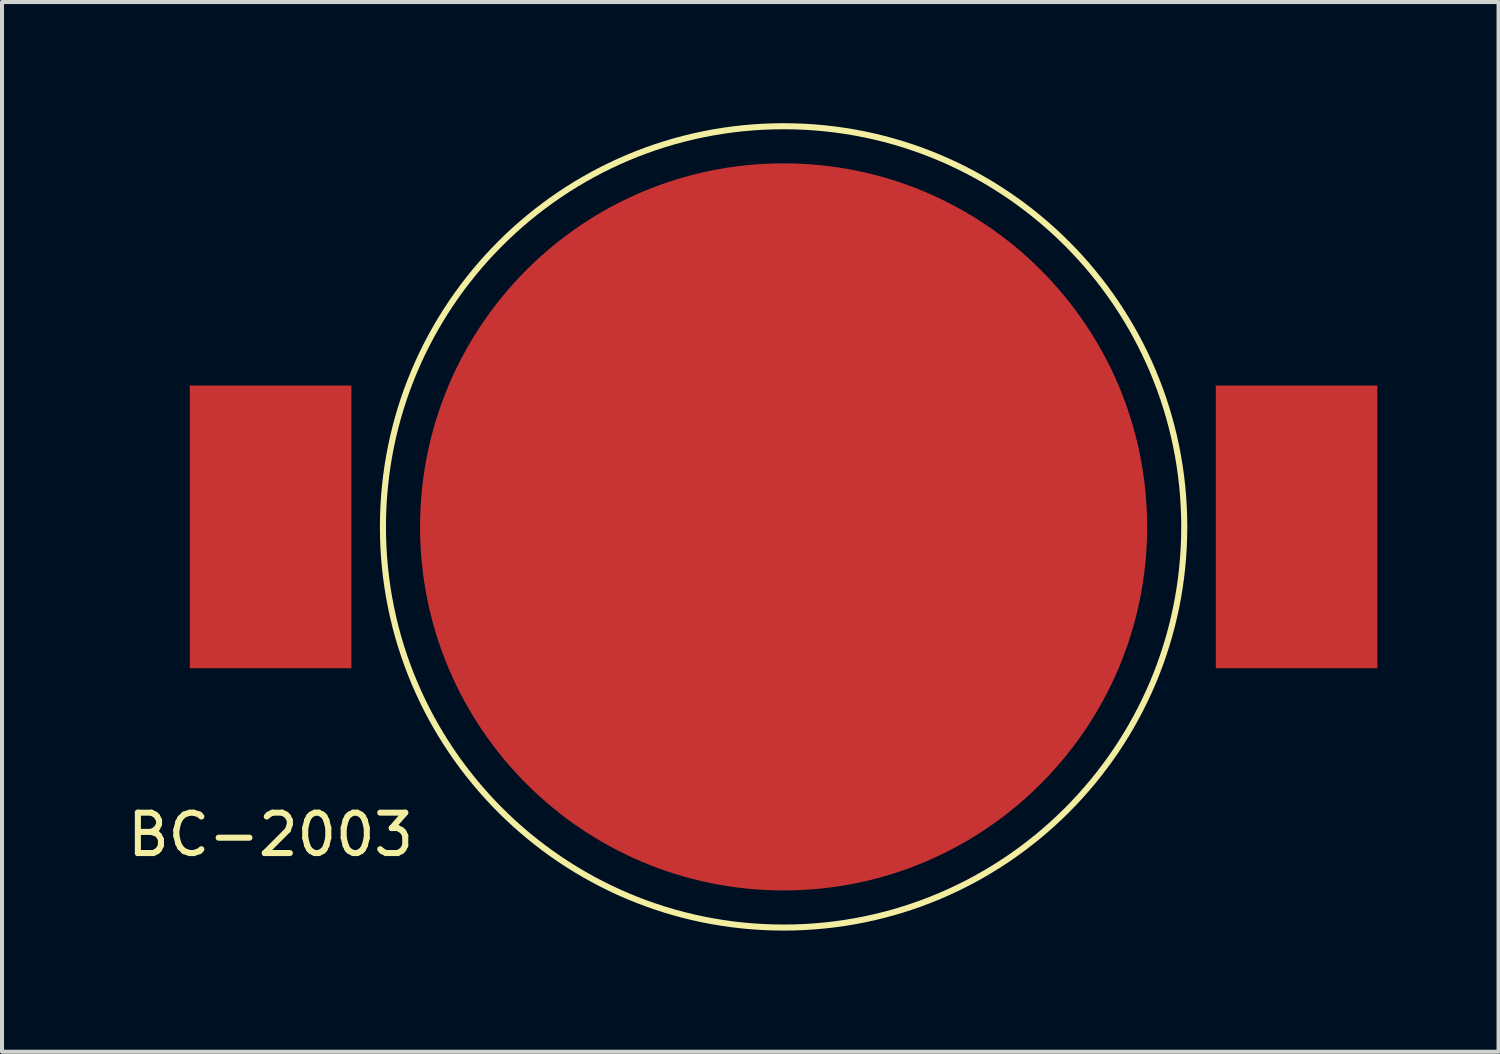
<source format=kicad_pcb>
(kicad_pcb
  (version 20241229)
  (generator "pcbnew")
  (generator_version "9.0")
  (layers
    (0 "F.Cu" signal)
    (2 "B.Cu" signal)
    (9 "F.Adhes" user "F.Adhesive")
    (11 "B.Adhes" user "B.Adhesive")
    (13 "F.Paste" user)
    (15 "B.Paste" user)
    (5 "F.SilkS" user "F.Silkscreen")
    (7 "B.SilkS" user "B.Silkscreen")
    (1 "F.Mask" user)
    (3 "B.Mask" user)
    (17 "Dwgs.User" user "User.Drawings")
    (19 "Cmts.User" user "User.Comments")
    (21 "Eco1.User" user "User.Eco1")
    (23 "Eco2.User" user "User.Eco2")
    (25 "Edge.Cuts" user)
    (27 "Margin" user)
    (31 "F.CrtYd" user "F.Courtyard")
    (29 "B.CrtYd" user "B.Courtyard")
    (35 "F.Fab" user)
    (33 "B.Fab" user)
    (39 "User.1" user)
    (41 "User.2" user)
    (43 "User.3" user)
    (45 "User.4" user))
  (footprint "BC-2003"
    (layer "F.Cu")
    (at 16.349 9.994)
    (property "Reference" "BC-2003" (at -12.7 7.62 0) (layer "F.SilkS") (effects (font (size 1 1) (thickness 0.15))))
    (attr through_hole)
    (fp_circle (center 0 0) (end 7.62 -6.35) (stroke (width 0.15) (type solid)) (fill no) (layer "F.SilkS"))
    (pad "1" smd rect (at -12.7 0) (size 4 7) (layers "F.Cu" "F.Mask" "F.Paste"))
    (pad "1" smd rect (at 12.7 0) (size 4 7) (layers "F.Cu" "F.Mask" "F.Paste"))
    (pad "2" smd circle (at 0 0) (size 18 18) (layers "F.Cu" "F.Mask" "F.Paste")))
  (gr_rect
    (start -3 -3)
    (end 34.049 22.988)
    (stroke (width 0.1) (type default))
    (fill no)
    (layer "Edge.Cuts")))
</source>
